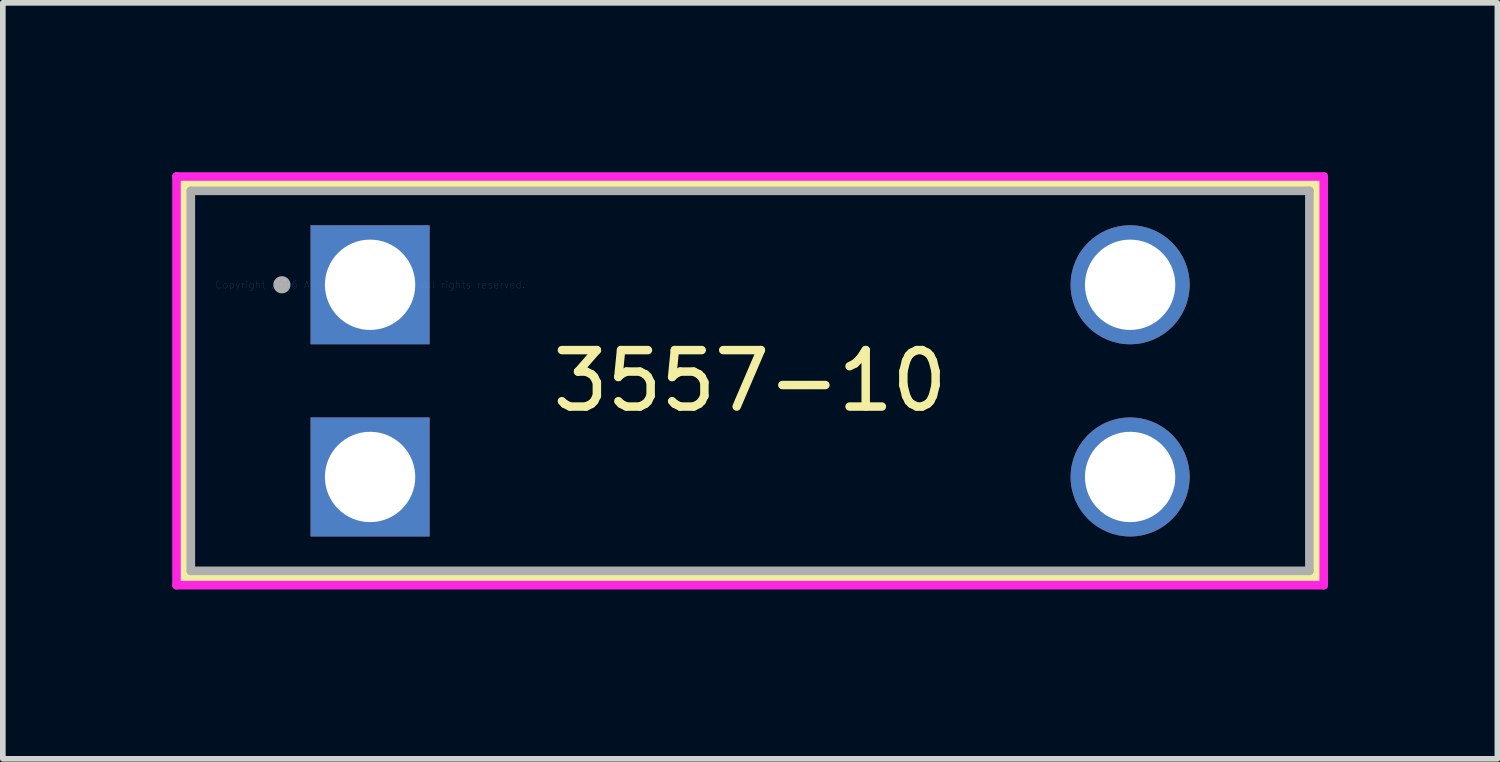
<source format=kicad_pcb>
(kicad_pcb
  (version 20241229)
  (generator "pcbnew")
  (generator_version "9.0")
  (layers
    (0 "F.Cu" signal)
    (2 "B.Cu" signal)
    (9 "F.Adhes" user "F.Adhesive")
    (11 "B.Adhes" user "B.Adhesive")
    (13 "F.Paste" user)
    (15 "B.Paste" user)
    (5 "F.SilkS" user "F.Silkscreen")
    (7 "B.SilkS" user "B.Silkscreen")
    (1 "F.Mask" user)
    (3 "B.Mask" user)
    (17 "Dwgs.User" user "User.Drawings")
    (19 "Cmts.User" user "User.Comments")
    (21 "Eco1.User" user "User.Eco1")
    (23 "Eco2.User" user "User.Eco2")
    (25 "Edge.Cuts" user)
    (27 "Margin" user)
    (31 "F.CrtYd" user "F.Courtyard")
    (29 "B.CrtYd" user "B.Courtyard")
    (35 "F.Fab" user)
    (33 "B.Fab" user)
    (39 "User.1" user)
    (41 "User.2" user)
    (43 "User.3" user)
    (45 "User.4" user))
  (footprint "3557-10"
    (layer "F.Cu")
    (at 3.505 1.994)
    (property "Reference" "3557-10" (at 6.731 1.702 0) (layer "F.SilkS") (effects (font (size 1 1) (thickness 0.15))))
    (attr through_hole)
    (fp_line (start -3.302 -1.791) (end -3.302 5.194) (stroke (width 0.152) (type solid)) (layer "F.SilkS"))
    (fp_line (start 16.764 -1.791) (end -3.302 -1.791) (stroke (width 0.152) (type solid)) (layer "F.SilkS"))
    (fp_line (start 16.764 -1.791) (end 16.764 5.194) (stroke (width 0.152) (type solid)) (layer "F.SilkS"))
    (fp_line (start 16.764 5.194) (end -3.302 5.194) (stroke (width 0.152) (type solid)) (layer "F.SilkS"))
    (fp_line (start -3.429 -1.918) (end 16.891 -1.918) (stroke (width 0.152) (type solid)) (layer "F.CrtYd"))
    (fp_line (start -3.429 5.321) (end -3.429 -1.918) (stroke (width 0.152) (type solid)) (layer "F.CrtYd"))
    (fp_line (start 16.891 -1.918) (end 16.891 5.321) (stroke (width 0.152) (type solid)) (layer "F.CrtYd"))
    (fp_line (start 16.891 5.321) (end -3.429 5.321) (stroke (width 0.152) (type solid)) (layer "F.CrtYd"))
    (fp_line (start -3.175 -1.664) (end -3.175 5.067) (stroke (width 0.152) (type solid)) (layer "F.Fab"))
    (fp_line (start 16.637 -1.664) (end -3.175 -1.664) (stroke (width 0.152) (type solid)) (layer "F.Fab"))
    (fp_line (start 16.637 -1.664) (end 16.637 5.067) (stroke (width 0.152) (type solid)) (layer "F.Fab"))
    (fp_line (start 16.637 5.067) (end -3.175 5.067) (stroke (width 0.152) (type solid)) (layer "F.Fab"))
    (fp_circle (center -1.562 0) (end -1.562 0) (stroke (width 0.152) (type solid)) (fill no) (layer "F.Fab"))
    (fp_text user "*" (at 0 0 0) (layer "F.SilkS") (effects (font (size 1 1) (thickness 0.15))))
    (fp_text user "Copyright 2016 Accelerated Designs. All rights reserved." (at 0 0 0) (layer "Cmts.User") (effects (font (size 0.127 0.127) (thickness 0.002))))
    (fp_text user "*" (at 0 0 0) (layer "F.Fab") (effects (font (size 1 1) (thickness 0.15))))
    (pad "1" thru_hole rect (at 0 0) (size 2.108 2.108) (drill 1.6) (layers "*.Cu" "*.Mask"))
    (pad "1" thru_hole rect (at 0 3.404) (size 2.108 2.108) (drill 1.6) (layers "*.Cu" "*.Mask"))
    (pad "2" thru_hole circle (at 13.462 0) (size 2.108 2.108) (drill 1.6) (layers "*.Cu" "*.Mask"))
    (pad "2" thru_hole circle (at 13.462 3.404) (size 2.108 2.108) (drill 1.6) (layers "*.Cu" "*.Mask")))
  (gr_rect
    (start -3 -3)
    (end 23.472 10.391)
    (stroke (width 0.1) (type default))
    (fill no)
    (layer "Edge.Cuts")))
</source>
